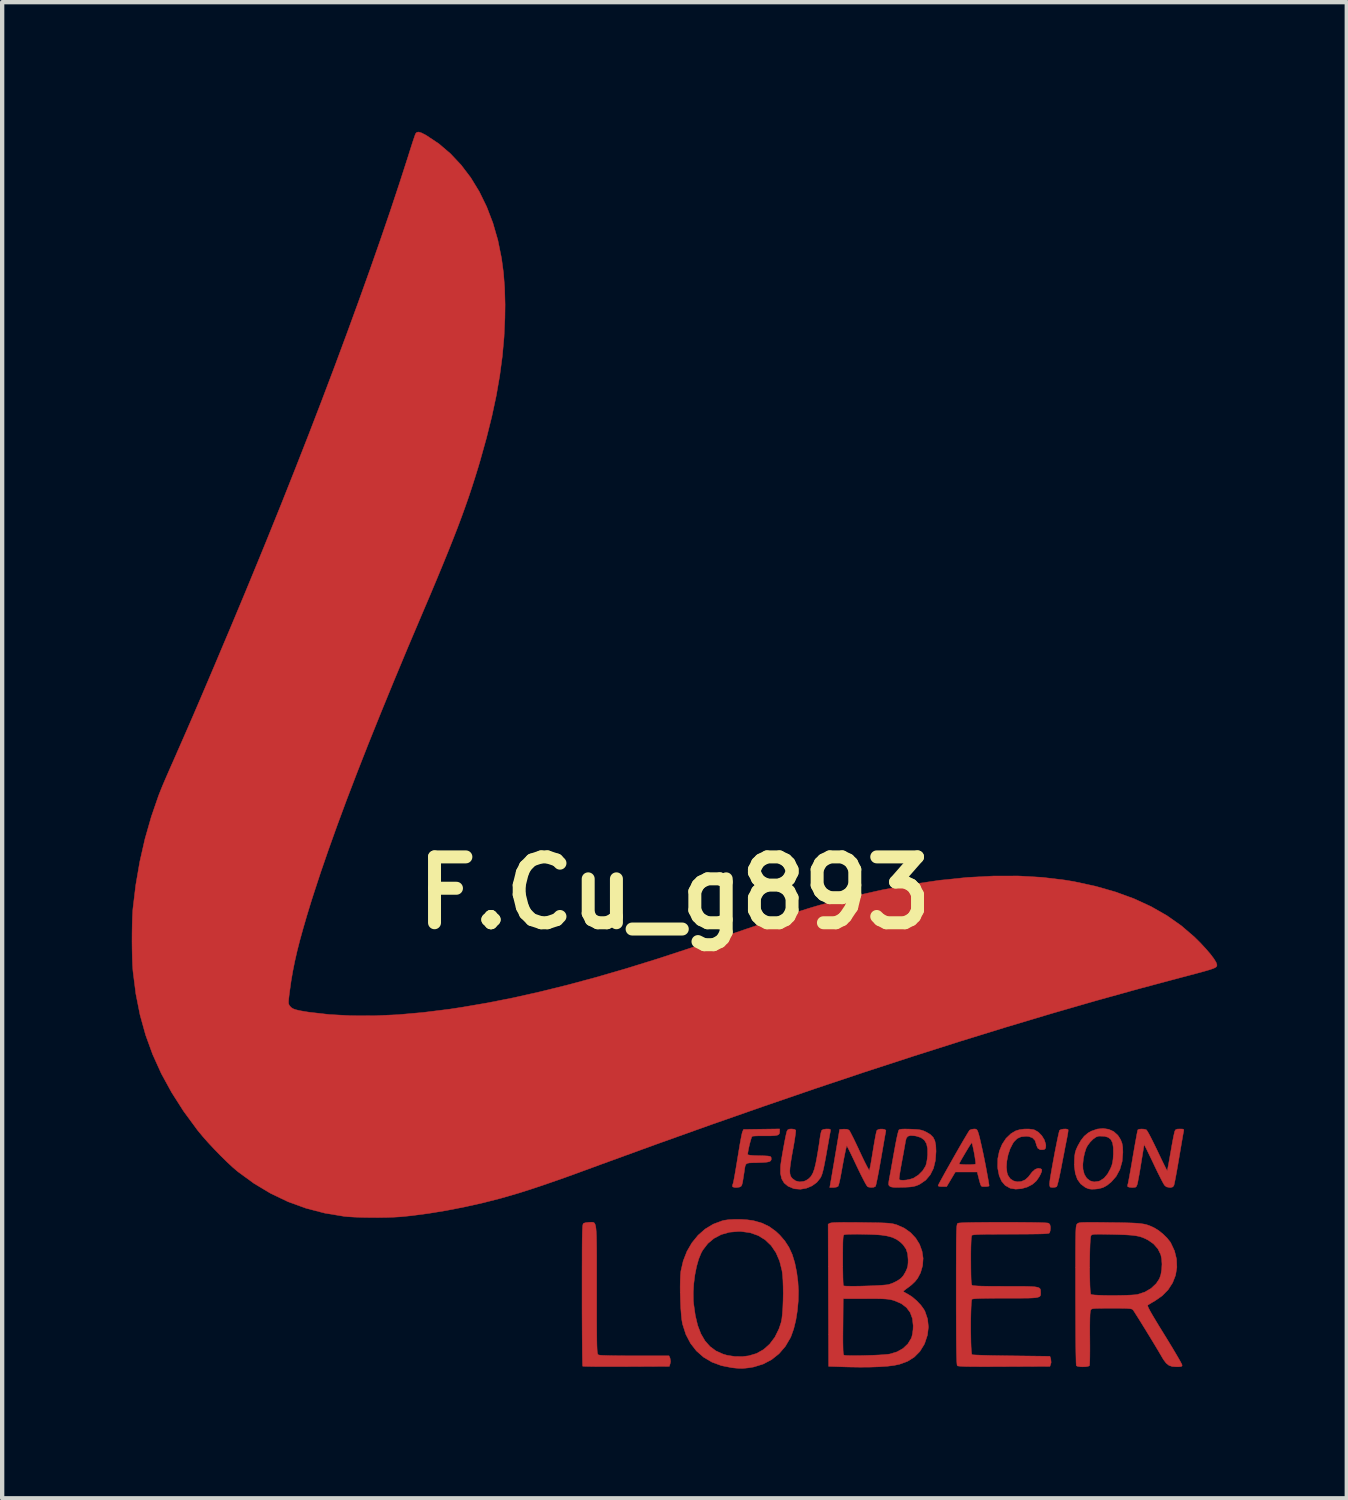
<source format=kicad_pcb>
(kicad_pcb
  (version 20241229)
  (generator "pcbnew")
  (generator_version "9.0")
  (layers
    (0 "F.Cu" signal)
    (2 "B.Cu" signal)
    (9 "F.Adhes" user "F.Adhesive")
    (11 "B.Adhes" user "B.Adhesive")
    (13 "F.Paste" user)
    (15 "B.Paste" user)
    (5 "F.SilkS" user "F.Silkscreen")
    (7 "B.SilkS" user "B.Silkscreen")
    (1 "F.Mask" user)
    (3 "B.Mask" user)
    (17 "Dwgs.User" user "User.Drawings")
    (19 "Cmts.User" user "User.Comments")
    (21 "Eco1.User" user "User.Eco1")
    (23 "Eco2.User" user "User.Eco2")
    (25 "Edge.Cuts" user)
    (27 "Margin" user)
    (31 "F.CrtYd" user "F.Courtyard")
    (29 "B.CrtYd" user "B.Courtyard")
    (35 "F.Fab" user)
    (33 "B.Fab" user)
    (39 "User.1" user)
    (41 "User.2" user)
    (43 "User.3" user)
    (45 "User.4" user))
  (footprint "F.Cu_g893"
    (layer "F.Cu")
    (at 12.556 17.612)
    (property "Reference" "F.Cu_g893" (at 0 0 0) (layer "F.SilkS") (effects (font (size 1.524 1.524) (thickness 0.3))))
    (attr through_hole)
    (fp_poly (pts (xy 9.099 5.47) (xy 9.109 5.477) (xy 9.11 5.504) (xy 9.102 5.562) (xy 9.088 5.641) (xy 9.078 5.694) (xy 9.061 5.778) (xy 9.038 5.894) (xy 9.012 6.031) (xy 8.983 6.178) (xy 8.955 6.326) (xy 8.953 6.338) (xy 8.926 6.473) (xy 8.901 6.592) (xy 8.878 6.689) (xy 8.859 6.759) (xy 8.845 6.795) (xy 8.843 6.798) (xy 8.801 6.811) (xy 8.747 6.815) (xy 8.702 6.808) (xy 8.692 6.802) (xy 8.682 6.772) (xy 8.679 6.733) (xy 8.683 6.689) (xy 8.693 6.613) (xy 8.71 6.511) (xy 8.731 6.389) (xy 8.755 6.255) (xy 8.781 6.114) (xy 8.807 5.974) (xy 8.834 5.84) (xy 8.858 5.719) (xy 8.88 5.617) (xy 8.897 5.542) (xy 8.909 5.498) (xy 8.912 5.491) (xy 8.946 5.473) (xy 9 5.463) (xy 9.057 5.461) (xy 9.099 5.47)) (stroke (width 0.01) (type solid)) (fill yes) (layer "F.Cu"))
    (fp_poly (pts (xy 8.299 5.474) (xy 8.333 5.484) (xy 8.422 5.536) (xy 8.501 5.618) (xy 8.56 5.715) (xy 8.591 5.816) (xy 8.594 5.851) (xy 8.588 5.904) (xy 8.566 5.93) (xy 8.539 5.94) (xy 8.464 5.942) (xy 8.409 5.908) (xy 8.377 5.839) (xy 8.374 5.821) (xy 8.344 5.728) (xy 8.286 5.667) (xy 8.2 5.635) (xy 8.134 5.63) (xy 8.02 5.642) (xy 7.931 5.682) (xy 7.857 5.756) (xy 7.83 5.796) (xy 7.767 5.919) (xy 7.72 6.059) (xy 7.691 6.205) (xy 7.682 6.345) (xy 7.695 6.468) (xy 7.714 6.53) (xy 7.768 6.611) (xy 7.844 6.662) (xy 7.933 6.684) (xy 8.026 6.676) (xy 8.116 6.637) (xy 8.192 6.568) (xy 8.205 6.55) (xy 8.28 6.453) (xy 8.347 6.395) (xy 8.411 6.372) (xy 8.423 6.371) (xy 8.474 6.38) (xy 8.501 6.401) (xy 8.498 6.441) (xy 8.474 6.502) (xy 8.435 6.575) (xy 8.385 6.647) (xy 8.37 6.666) (xy 8.278 6.746) (xy 8.16 6.806) (xy 8.029 6.843) (xy 7.896 6.853) (xy 7.776 6.834) (xy 7.761 6.828) (xy 7.653 6.767) (xy 7.571 6.671) (xy 7.514 6.542) (xy 7.482 6.379) (xy 7.478 6.33) (xy 7.482 6.146) (xy 7.518 5.972) (xy 7.583 5.814) (xy 7.673 5.678) (xy 7.787 5.569) (xy 7.895 5.505) (xy 7.983 5.478) (xy 8.091 5.463) (xy 8.203 5.462) (xy 8.299 5.474)) (stroke (width 0.01) (type solid)) (fill yes) (layer "F.Cu"))
    (fp_poly (pts (xy 10.049 5.469) (xy 10.164 5.521) (xy 10.257 5.605) (xy 10.275 5.629) (xy 10.325 5.711) (xy 10.356 5.79) (xy 10.372 5.881) (xy 10.376 5.999) (xy 10.376 6.003) (xy 10.359 6.213) (xy 10.307 6.397) (xy 10.221 6.557) (xy 10.109 6.685) (xy 10.009 6.766) (xy 9.916 6.817) (xy 9.813 6.844) (xy 9.737 6.852) (xy 9.652 6.855) (xy 9.589 6.847) (xy 9.53 6.824) (xy 9.504 6.811) (xy 9.4 6.733) (xy 9.323 6.625) (xy 9.275 6.487) (xy 9.253 6.317) (xy 9.253 6.283) (xy 9.449 6.283) (xy 9.453 6.392) (xy 9.484 6.511) (xy 9.541 6.602) (xy 9.618 6.661) (xy 9.71 6.686) (xy 9.814 6.672) (xy 9.848 6.66) (xy 9.941 6.599) (xy 10.023 6.502) (xy 10.088 6.382) (xy 10.118 6.31) (xy 10.137 6.239) (xy 10.149 6.155) (xy 10.156 6.042) (xy 10.155 5.895) (xy 10.138 5.784) (xy 10.099 5.705) (xy 10.037 5.655) (xy 9.949 5.63) (xy 9.831 5.626) (xy 9.816 5.627) (xy 9.756 5.647) (xy 9.687 5.696) (xy 9.619 5.765) (xy 9.56 5.843) (xy 9.528 5.902) (xy 9.49 6.018) (xy 9.462 6.151) (xy 9.449 6.283) (xy 9.253 6.283) (xy 9.254 6.191) (xy 9.26 6.088) (xy 9.272 6.01) (xy 9.293 5.942) (xy 9.326 5.868) (xy 9.329 5.861) (xy 9.404 5.728) (xy 9.482 5.628) (xy 9.571 5.553) (xy 9.645 5.511) (xy 9.783 5.463) (xy 9.92 5.449) (xy 10.049 5.469)) (stroke (width 0.01) (type solid)) (fill yes) (layer "F.Cu"))
    (fp_poly (pts (xy 2.434 5.525) (xy 2.43 5.561) (xy 2.414 5.587) (xy 2.38 5.605) (xy 2.322 5.615) (xy 2.235 5.62) (xy 2.113 5.62) (xy 2.079 5.62) (xy 1.977 5.62) (xy 1.89 5.622) (xy 1.827 5.626) (xy 1.797 5.632) (xy 1.797 5.632) (xy 1.784 5.656) (xy 1.767 5.711) (xy 1.746 5.785) (xy 1.726 5.868) (xy 1.709 5.948) (xy 1.698 6.014) (xy 1.694 6.048) (xy 1.707 6.06) (xy 1.75 6.068) (xy 1.827 6.075) (xy 1.942 6.079) (xy 1.963 6.079) (xy 2.075 6.082) (xy 2.15 6.086) (xy 2.198 6.092) (xy 2.224 6.101) (xy 2.235 6.114) (xy 2.238 6.128) (xy 2.24 6.168) (xy 2.228 6.197) (xy 2.198 6.216) (xy 2.143 6.228) (xy 2.058 6.236) (xy 1.937 6.24) (xy 1.927 6.241) (xy 1.814 6.243) (xy 1.736 6.246) (xy 1.685 6.256) (xy 1.654 6.278) (xy 1.636 6.319) (xy 1.624 6.384) (xy 1.611 6.478) (xy 1.609 6.488) (xy 1.596 6.572) (xy 1.584 6.648) (xy 1.576 6.697) (xy 1.561 6.752) (xy 1.542 6.787) (xy 1.508 6.805) (xy 1.453 6.814) (xy 1.395 6.814) (xy 1.353 6.803) (xy 1.344 6.795) (xy 1.343 6.761) (xy 1.352 6.736) (xy 1.361 6.706) (xy 1.375 6.639) (xy 1.393 6.543) (xy 1.414 6.422) (xy 1.437 6.284) (xy 1.461 6.138) (xy 1.486 5.986) (xy 1.509 5.846) (xy 1.531 5.724) (xy 1.55 5.625) (xy 1.565 5.556) (xy 1.574 5.524) (xy 1.599 5.472) (xy 2.016 5.466) (xy 2.434 5.46) (xy 2.434 5.525)) (stroke (width 0.01) (type solid)) (fill yes) (layer "F.Cu"))
    (fp_poly (pts (xy 3.583 5.463) (xy 3.608 5.473) (xy 3.611 5.498) (xy 3.607 5.519) (xy 3.6 5.557) (xy 3.587 5.629) (xy 3.569 5.729) (xy 3.548 5.85) (xy 3.524 5.984) (xy 3.515 6.038) (xy 3.485 6.2) (xy 3.46 6.327) (xy 3.438 6.424) (xy 3.418 6.497) (xy 3.398 6.551) (xy 3.377 6.594) (xy 3.376 6.595) (xy 3.293 6.698) (xy 3.182 6.778) (xy 3.053 6.832) (xy 2.917 6.856) (xy 2.783 6.846) (xy 2.752 6.838) (xy 2.629 6.786) (xy 2.539 6.712) (xy 2.481 6.614) (xy 2.453 6.489) (xy 2.454 6.335) (xy 2.458 6.295) (xy 2.47 6.21) (xy 2.487 6.104) (xy 2.507 5.986) (xy 2.529 5.864) (xy 2.551 5.747) (xy 2.571 5.644) (xy 2.589 5.564) (xy 2.602 5.515) (xy 2.604 5.509) (xy 2.626 5.477) (xy 2.667 5.463) (xy 2.71 5.461) (xy 2.774 5.468) (xy 2.806 5.488) (xy 2.807 5.49) (xy 2.806 5.519) (xy 2.799 5.583) (xy 2.786 5.675) (xy 2.768 5.787) (xy 2.746 5.914) (xy 2.742 5.932) (xy 2.711 6.105) (xy 2.689 6.242) (xy 2.675 6.348) (xy 2.669 6.429) (xy 2.672 6.49) (xy 2.682 6.536) (xy 2.701 6.574) (xy 2.726 6.606) (xy 2.803 6.662) (xy 2.896 6.685) (xy 2.995 6.673) (xy 3.048 6.651) (xy 3.112 6.608) (xy 3.162 6.555) (xy 3.203 6.483) (xy 3.238 6.388) (xy 3.269 6.261) (xy 3.291 6.149) (xy 3.313 6.024) (xy 3.334 5.897) (xy 3.352 5.782) (xy 3.364 5.693) (xy 3.365 5.686) (xy 3.378 5.603) (xy 3.393 5.535) (xy 3.408 5.494) (xy 3.41 5.49) (xy 3.446 5.471) (xy 3.506 5.462) (xy 3.526 5.461) (xy 3.583 5.463)) (stroke (width 0.01) (type solid)) (fill yes) (layer "F.Cu"))
    (fp_poly (pts (xy 6.962 5.462) (xy 6.984 5.469) (xy 7.003 5.486) (xy 7.02 5.52) (xy 7.038 5.575) (xy 7.06 5.656) (xy 7.086 5.769) (xy 7.112 5.884) (xy 7.133 5.979) (xy 7.157 6.093) (xy 7.182 6.218) (xy 7.207 6.347) (xy 7.23 6.472) (xy 7.251 6.585) (xy 7.267 6.679) (xy 7.278 6.746) (xy 7.281 6.778) (xy 7.262 6.788) (xy 7.215 6.794) (xy 7.187 6.795) (xy 7.148 6.795) (xy 7.121 6.793) (xy 7.101 6.782) (xy 7.085 6.754) (xy 7.069 6.704) (xy 7.048 6.626) (xy 7.025 6.535) (xy 7.005 6.456) (xy 6.5 6.456) (xy 6.399 6.625) (xy 6.298 6.795) (xy 6.195 6.795) (xy 6.13 6.791) (xy 6.102 6.779) (xy 6.102 6.768) (xy 6.119 6.732) (xy 6.154 6.666) (xy 6.203 6.577) (xy 6.263 6.468) (xy 6.332 6.345) (xy 6.375 6.269) (xy 6.586 6.269) (xy 6.602 6.276) (xy 6.649 6.282) (xy 6.716 6.285) (xy 6.792 6.286) (xy 6.866 6.285) (xy 6.927 6.281) (xy 6.964 6.274) (xy 6.97 6.271) (xy 6.97 6.244) (xy 6.963 6.187) (xy 6.952 6.111) (xy 6.937 6.024) (xy 6.92 5.938) (xy 6.904 5.862) (xy 6.89 5.806) (xy 6.881 5.779) (xy 6.879 5.779) (xy 6.865 5.796) (xy 6.835 5.841) (xy 6.794 5.907) (xy 6.747 5.985) (xy 6.698 6.068) (xy 6.652 6.146) (xy 6.615 6.212) (xy 6.591 6.258) (xy 6.586 6.269) (xy 6.375 6.269) (xy 6.406 6.214) (xy 6.482 6.079) (xy 6.558 5.946) (xy 6.63 5.821) (xy 6.696 5.708) (xy 6.752 5.614) (xy 6.795 5.542) (xy 6.823 5.498) (xy 6.831 5.487) (xy 6.877 5.469) (xy 6.934 5.461) (xy 6.962 5.462)) (stroke (width 0.01) (type solid)) (fill yes) (layer "F.Cu"))
    (fp_poly (pts (xy -1.882 7.621) (xy -1.863 7.628) (xy -1.847 7.645) (xy -1.834 7.673) (xy -1.823 7.715) (xy -1.815 7.775) (xy -1.809 7.854) (xy -1.804 7.956) (xy -1.802 8.083) (xy -1.8 8.239) (xy -1.799 8.426) (xy -1.799 8.647) (xy -1.799 8.906) (xy -1.799 9.182) (xy -1.799 9.468) (xy -1.799 9.716) (xy -1.799 9.926) (xy -1.798 10.104) (xy -1.797 10.25) (xy -1.796 10.37) (xy -1.794 10.464) (xy -1.791 10.538) (xy -1.788 10.592) (xy -1.784 10.631) (xy -1.779 10.657) (xy -1.774 10.673) (xy -1.767 10.682) (xy -1.759 10.688) (xy -1.758 10.688) (xy -1.725 10.695) (xy -1.651 10.7) (xy -1.538 10.704) (xy -1.388 10.707) (xy -1.203 10.709) (xy -0.984 10.71) (xy -0.922 10.71) (xy -0.126 10.71) (xy -0.102 10.763) (xy -0.09 10.839) (xy -0.098 10.885) (xy -0.118 10.954) (xy -1.114 10.959) (xy -1.315 10.96) (xy -1.503 10.96) (xy -1.674 10.96) (xy -1.824 10.959) (xy -1.948 10.957) (xy -2.042 10.955) (xy -2.102 10.953) (xy -2.124 10.95) (xy -2.126 10.927) (xy -2.128 10.865) (xy -2.13 10.768) (xy -2.132 10.637) (xy -2.133 10.478) (xy -2.135 10.292) (xy -2.136 10.083) (xy -2.137 9.856) (xy -2.138 9.611) (xy -2.138 9.354) (xy -2.138 9.3) (xy -2.138 8.998) (xy -2.138 8.736) (xy -2.137 8.51) (xy -2.137 8.319) (xy -2.136 8.158) (xy -2.135 8.026) (xy -2.133 7.919) (xy -2.131 7.834) (xy -2.128 7.77) (xy -2.125 7.722) (xy -2.121 7.689) (xy -2.116 7.667) (xy -2.11 7.654) (xy -2.103 7.646) (xy -2.097 7.642) (xy -2.05 7.628) (xy -1.984 7.621) (xy -1.963 7.62) (xy -1.932 7.619) (xy -1.905 7.618) (xy -1.882 7.621)) (stroke (width 0.01) (type solid)) (fill yes) (layer "F.Cu"))
    (fp_poly (pts (xy 5.425 5.464) (xy 5.462 5.465) (xy 5.573 5.47) (xy 5.654 5.477) (xy 5.715 5.488) (xy 5.769 5.506) (xy 5.827 5.533) (xy 5.833 5.536) (xy 5.923 5.591) (xy 5.986 5.654) (xy 6.026 5.735) (xy 6.047 5.84) (xy 6.053 5.978) (xy 6.038 6.189) (xy 5.994 6.37) (xy 5.919 6.521) (xy 5.815 6.644) (xy 5.68 6.737) (xy 5.641 6.756) (xy 5.584 6.778) (xy 5.523 6.793) (xy 5.447 6.803) (xy 5.345 6.809) (xy 5.281 6.811) (xy 5.164 6.813) (xy 5.083 6.812) (xy 5.028 6.805) (xy 4.994 6.794) (xy 4.986 6.788) (xy 4.967 6.772) (xy 4.957 6.753) (xy 4.956 6.72) (xy 4.962 6.666) (xy 4.969 6.629) (xy 5.199 6.629) (xy 5.23 6.644) (xy 5.29 6.648) (xy 5.366 6.642) (xy 5.447 6.626) (xy 5.521 6.603) (xy 5.535 6.597) (xy 5.647 6.525) (xy 5.744 6.427) (xy 5.813 6.316) (xy 5.815 6.309) (xy 5.832 6.251) (xy 5.847 6.167) (xy 5.857 6.075) (xy 5.858 6.063) (xy 5.857 5.916) (xy 5.833 5.802) (xy 5.782 5.718) (xy 5.703 5.66) (xy 5.593 5.625) (xy 5.552 5.619) (xy 5.461 5.613) (xy 5.401 5.63) (xy 5.365 5.674) (xy 5.346 5.749) (xy 5.345 5.751) (xy 5.337 5.805) (xy 5.321 5.892) (xy 5.302 6.002) (xy 5.279 6.126) (xy 5.259 6.232) (xy 5.237 6.354) (xy 5.219 6.461) (xy 5.206 6.547) (xy 5.199 6.606) (xy 5.199 6.629) (xy 4.969 6.629) (xy 4.977 6.582) (xy 4.981 6.559) (xy 4.997 6.474) (xy 5.018 6.358) (xy 5.042 6.222) (xy 5.068 6.076) (xy 5.093 5.937) (xy 5.117 5.807) (xy 5.14 5.69) (xy 5.161 5.594) (xy 5.179 5.524) (xy 5.191 5.488) (xy 5.192 5.485) (xy 5.213 5.472) (xy 5.255 5.465) (xy 5.323 5.462) (xy 5.425 5.464)) (stroke (width 0.01) (type solid)) (fill yes) (layer "F.Cu"))
    (fp_poly (pts (xy 4.863 5.472) (xy 4.891 5.49) (xy 4.892 5.503) (xy 4.887 5.532) (xy 4.875 5.596) (xy 4.858 5.691) (xy 4.837 5.812) (xy 4.813 5.952) (xy 4.786 6.106) (xy 4.779 6.149) (xy 4.751 6.306) (xy 4.725 6.45) (xy 4.701 6.575) (xy 4.68 6.676) (xy 4.664 6.749) (xy 4.653 6.786) (xy 4.652 6.789) (xy 4.613 6.809) (xy 4.554 6.815) (xy 4.493 6.806) (xy 4.469 6.796) (xy 4.45 6.772) (xy 4.416 6.715) (xy 4.371 6.63) (xy 4.317 6.524) (xy 4.257 6.401) (xy 4.213 6.309) (xy 4.152 6.18) (xy 4.097 6.065) (xy 4.051 5.97) (xy 4.015 5.899) (xy 3.993 5.857) (xy 3.987 5.848) (xy 3.979 5.873) (xy 3.964 5.934) (xy 3.945 6.024) (xy 3.922 6.139) (xy 3.897 6.271) (xy 3.871 6.415) (xy 3.862 6.464) (xy 3.842 6.572) (xy 3.822 6.667) (xy 3.804 6.739) (xy 3.79 6.781) (xy 3.787 6.787) (xy 3.751 6.805) (xy 3.694 6.815) (xy 3.678 6.816) (xy 3.593 6.816) (xy 3.607 6.736) (xy 3.614 6.695) (xy 3.628 6.618) (xy 3.646 6.512) (xy 3.668 6.383) (xy 3.693 6.237) (xy 3.719 6.08) (xy 3.722 6.064) (xy 3.822 5.472) (xy 3.918 5.465) (xy 3.989 5.467) (xy 4.034 5.485) (xy 4.047 5.497) (xy 4.065 5.527) (xy 4.097 5.589) (xy 4.142 5.677) (xy 4.195 5.787) (xy 4.254 5.911) (xy 4.288 5.985) (xy 4.347 6.111) (xy 4.401 6.222) (xy 4.447 6.313) (xy 4.482 6.378) (xy 4.504 6.414) (xy 4.51 6.419) (xy 4.517 6.394) (xy 4.53 6.334) (xy 4.547 6.245) (xy 4.566 6.133) (xy 4.587 6.005) (xy 4.593 5.969) (xy 4.615 5.836) (xy 4.636 5.716) (xy 4.654 5.616) (xy 4.67 5.542) (xy 4.68 5.501) (xy 4.682 5.497) (xy 4.711 5.475) (xy 4.76 5.464) (xy 4.815 5.463) (xy 4.863 5.472)) (stroke (width 0.01) (type solid)) (fill yes) (layer "F.Cu"))
    (fp_poly (pts (xy 11.756 5.463) (xy 11.782 5.472) (xy 11.786 5.493) (xy 11.783 5.509) (xy 11.777 5.541) (xy 11.764 5.61) (xy 11.747 5.709) (xy 11.726 5.832) (xy 11.702 5.973) (xy 11.676 6.126) (xy 11.674 6.138) (xy 11.648 6.292) (xy 11.623 6.435) (xy 11.6 6.559) (xy 11.581 6.66) (xy 11.566 6.731) (xy 11.557 6.767) (xy 11.557 6.768) (xy 11.531 6.802) (xy 11.484 6.815) (xy 11.461 6.816) (xy 11.385 6.801) (xy 11.343 6.768) (xy 11.321 6.734) (xy 11.285 6.669) (xy 11.239 6.579) (xy 11.185 6.472) (xy 11.128 6.354) (xy 11.126 6.35) (xy 11.069 6.229) (xy 11.015 6.116) (xy 10.967 6.018) (xy 10.931 5.943) (xy 10.909 5.9) (xy 10.868 5.82) (xy 10.798 6.249) (xy 10.776 6.384) (xy 10.755 6.508) (xy 10.735 6.614) (xy 10.72 6.695) (xy 10.709 6.743) (xy 10.707 6.747) (xy 10.69 6.79) (xy 10.665 6.81) (xy 10.616 6.815) (xy 10.594 6.816) (xy 10.534 6.811) (xy 10.495 6.8) (xy 10.488 6.795) (xy 10.485 6.759) (xy 10.488 6.752) (xy 10.495 6.727) (xy 10.508 6.665) (xy 10.525 6.572) (xy 10.547 6.453) (xy 10.571 6.315) (xy 10.598 6.161) (xy 10.605 6.116) (xy 10.632 5.959) (xy 10.657 5.816) (xy 10.68 5.691) (xy 10.698 5.591) (xy 10.712 5.52) (xy 10.721 5.484) (xy 10.722 5.481) (xy 10.751 5.467) (xy 10.804 5.462) (xy 10.864 5.465) (xy 10.913 5.478) (xy 10.919 5.48) (xy 10.937 5.504) (xy 10.971 5.561) (xy 11.016 5.645) (xy 11.07 5.752) (xy 11.13 5.874) (xy 11.175 5.967) (xy 11.236 6.096) (xy 11.291 6.211) (xy 11.338 6.306) (xy 11.373 6.377) (xy 11.396 6.419) (xy 11.402 6.427) (xy 11.408 6.405) (xy 11.419 6.347) (xy 11.436 6.261) (xy 11.455 6.151) (xy 11.477 6.025) (xy 11.484 5.988) (xy 11.507 5.855) (xy 11.529 5.734) (xy 11.549 5.632) (xy 11.566 5.556) (xy 11.577 5.513) (xy 11.578 5.509) (xy 11.598 5.478) (xy 11.634 5.464) (xy 11.696 5.461) (xy 11.756 5.463)) (stroke (width 0.01) (type solid)) (fill yes) (layer "F.Cu"))
    (fp_poly (pts (xy 1.531 7.553) (xy 1.676 7.562) (xy 1.805 7.579) (xy 1.836 7.585) (xy 2.026 7.639) (xy 2.192 7.719) (xy 2.345 7.83) (xy 2.435 7.914) (xy 2.552 8.049) (xy 2.648 8.197) (xy 2.725 8.364) (xy 2.784 8.556) (xy 2.829 8.778) (xy 2.857 8.994) (xy 2.87 9.209) (xy 2.865 9.436) (xy 2.844 9.664) (xy 2.809 9.884) (xy 2.76 10.085) (xy 2.699 10.257) (xy 2.682 10.294) (xy 2.565 10.493) (xy 2.419 10.662) (xy 2.247 10.799) (xy 2.052 10.901) (xy 1.835 10.968) (xy 1.729 10.986) (xy 1.639 10.996) (xy 1.569 11.002) (xy 1.503 11.001) (xy 1.425 10.995) (xy 1.329 10.985) (xy 1.086 10.937) (xy 0.867 10.856) (xy 0.674 10.742) (xy 0.508 10.596) (xy 0.371 10.42) (xy 0.264 10.215) (xy 0.189 9.981) (xy 0.184 9.959) (xy 0.169 9.871) (xy 0.157 9.75) (xy 0.146 9.604) (xy 0.139 9.445) (xy 0.134 9.28) (xy 0.133 9.246) (xy 0.435 9.246) (xy 0.438 9.438) (xy 0.444 9.504) (xy 0.482 9.773) (xy 0.537 10.005) (xy 0.612 10.201) (xy 0.707 10.364) (xy 0.823 10.495) (xy 0.961 10.597) (xy 1.124 10.67) (xy 1.223 10.699) (xy 1.394 10.725) (xy 1.576 10.727) (xy 1.717 10.71) (xy 1.899 10.656) (xy 2.063 10.564) (xy 2.204 10.438) (xy 2.324 10.278) (xy 2.418 10.087) (xy 2.468 9.938) (xy 2.485 9.853) (xy 2.498 9.734) (xy 2.508 9.592) (xy 2.514 9.434) (xy 2.517 9.269) (xy 2.515 9.107) (xy 2.51 8.956) (xy 2.5 8.825) (xy 2.489 8.742) (xy 2.433 8.517) (xy 2.349 8.323) (xy 2.237 8.158) (xy 2.099 8.026) (xy 1.937 7.927) (xy 1.752 7.862) (xy 1.545 7.833) (xy 1.482 7.832) (xy 1.273 7.85) (xy 1.083 7.904) (xy 0.915 7.992) (xy 0.772 8.112) (xy 0.656 8.263) (xy 0.62 8.327) (xy 0.561 8.47) (xy 0.512 8.643) (xy 0.473 8.838) (xy 0.447 9.042) (xy 0.435 9.246) (xy 0.133 9.246) (xy 0.132 9.119) (xy 0.134 8.971) (xy 0.139 8.846) (xy 0.148 8.752) (xy 0.148 8.751) (xy 0.203 8.513) (xy 0.289 8.293) (xy 0.405 8.094) (xy 0.546 7.921) (xy 0.711 7.776) (xy 0.896 7.664) (xy 1.098 7.588) (xy 1.143 7.576) (xy 1.25 7.56) (xy 1.384 7.553) (xy 1.531 7.553)) (stroke (width 0.01) (type solid)) (fill yes) (layer "F.Cu"))
    (fp_poly (pts (xy 7.874 7.62) (xy 8.102 7.622) (xy 8.292 7.624) (xy 8.444 7.627) (xy 8.556 7.631) (xy 8.628 7.636) (xy 8.659 7.642) (xy 8.687 7.671) (xy 8.699 7.723) (xy 8.7 7.754) (xy 8.694 7.816) (xy 8.68 7.862) (xy 8.674 7.87) (xy 8.656 7.877) (xy 8.614 7.882) (xy 8.545 7.887) (xy 8.447 7.89) (xy 8.317 7.892) (xy 8.152 7.894) (xy 7.949 7.895) (xy 7.779 7.895) (xy 7.547 7.896) (xy 7.356 7.897) (xy 7.201 7.898) (xy 7.08 7.901) (xy 6.99 7.905) (xy 6.93 7.91) (xy 6.894 7.916) (xy 6.883 7.921) (xy 6.875 7.943) (xy 6.868 7.992) (xy 6.864 8.072) (xy 6.86 8.185) (xy 6.858 8.335) (xy 6.858 8.498) (xy 6.859 8.683) (xy 6.861 8.828) (xy 6.864 8.937) (xy 6.869 9.013) (xy 6.876 9.058) (xy 6.883 9.076) (xy 6.903 9.084) (xy 6.947 9.089) (xy 7.019 9.094) (xy 7.122 9.098) (xy 7.258 9.1) (xy 7.43 9.101) (xy 7.642 9.102) (xy 7.652 9.102) (xy 7.859 9.102) (xy 8.028 9.102) (xy 8.163 9.104) (xy 8.267 9.108) (xy 8.344 9.114) (xy 8.399 9.124) (xy 8.435 9.137) (xy 8.457 9.154) (xy 8.468 9.176) (xy 8.472 9.205) (xy 8.473 9.233) (xy 8.474 9.27) (xy 8.472 9.3) (xy 8.464 9.323) (xy 8.445 9.341) (xy 8.411 9.355) (xy 8.359 9.365) (xy 8.285 9.371) (xy 8.184 9.375) (xy 8.053 9.376) (xy 7.888 9.377) (xy 7.685 9.377) (xy 7.664 9.377) (xy 7.449 9.377) (xy 7.273 9.379) (xy 7.134 9.381) (xy 7.028 9.384) (xy 6.953 9.389) (xy 6.906 9.394) (xy 6.884 9.401) (xy 6.883 9.402) (xy 6.875 9.431) (xy 6.869 9.494) (xy 6.864 9.587) (xy 6.86 9.702) (xy 6.857 9.834) (xy 6.856 9.974) (xy 6.856 10.118) (xy 6.858 10.258) (xy 6.86 10.389) (xy 6.864 10.503) (xy 6.87 10.594) (xy 6.876 10.656) (xy 6.884 10.683) (xy 6.884 10.683) (xy 6.911 10.687) (xy 6.975 10.691) (xy 7.072 10.695) (xy 7.198 10.699) (xy 7.348 10.703) (xy 7.518 10.706) (xy 7.702 10.709) (xy 7.799 10.71) (xy 8.688 10.721) (xy 8.708 10.779) (xy 8.716 10.863) (xy 8.708 10.896) (xy 8.688 10.954) (xy 7.629 10.959) (xy 7.375 10.96) (xy 7.161 10.961) (xy 6.984 10.96) (xy 6.841 10.959) (xy 6.729 10.957) (xy 6.646 10.953) (xy 6.59 10.949) (xy 6.556 10.944) (xy 6.545 10.939) (xy 6.54 10.924) (xy 6.536 10.889) (xy 6.532 10.831) (xy 6.529 10.748) (xy 6.526 10.638) (xy 6.524 10.499) (xy 6.522 10.329) (xy 6.521 10.125) (xy 6.52 9.885) (xy 6.519 9.607) (xy 6.519 9.289) (xy 6.519 9.289) (xy 6.519 8.988) (xy 6.519 8.727) (xy 6.52 8.502) (xy 6.52 8.312) (xy 6.521 8.152) (xy 6.522 8.021) (xy 6.524 7.915) (xy 6.526 7.831) (xy 6.529 7.767) (xy 6.532 7.721) (xy 6.537 7.688) (xy 6.542 7.666) (xy 6.547 7.653) (xy 6.554 7.646) (xy 6.56 7.642) (xy 6.593 7.636) (xy 6.667 7.631) (xy 6.781 7.627) (xy 6.934 7.624) (xy 7.126 7.622) (xy 7.356 7.62) (xy 7.609 7.62) (xy 7.874 7.62)) (stroke (width 0.01) (type solid)) (fill yes) (layer "F.Cu"))
    (fp_poly (pts (xy 4.079 7.623) (xy 4.285 7.624) (xy 4.326 7.625) (xy 4.516 7.628) (xy 4.669 7.63) (xy 4.79 7.633) (xy 4.885 7.637) (xy 4.959 7.642) (xy 5.017 7.649) (xy 5.064 7.657) (xy 5.106 7.668) (xy 5.147 7.68) (xy 5.318 7.756) (xy 5.464 7.86) (xy 5.583 7.987) (xy 5.672 8.131) (xy 5.729 8.289) (xy 5.754 8.454) (xy 5.742 8.623) (xy 5.694 8.789) (xy 5.626 8.917) (xy 5.569 8.989) (xy 5.49 9.065) (xy 5.426 9.115) (xy 5.363 9.161) (xy 5.316 9.198) (xy 5.293 9.218) (xy 5.292 9.22) (xy 5.309 9.233) (xy 5.354 9.258) (xy 5.402 9.284) (xy 5.501 9.347) (xy 5.604 9.435) (xy 5.698 9.534) (xy 5.771 9.634) (xy 5.797 9.682) (xy 5.857 9.858) (xy 5.876 10.043) (xy 5.854 10.23) (xy 5.792 10.417) (xy 5.777 10.45) (xy 5.678 10.61) (xy 5.551 10.738) (xy 5.395 10.837) (xy 5.209 10.905) (xy 5.086 10.931) (xy 4.937 10.95) (xy 4.752 10.963) (xy 4.536 10.971) (xy 4.296 10.973) (xy 4.037 10.969) (xy 3.937 10.966) (xy 3.567 10.954) (xy 3.565 10.376) (xy 3.898 10.376) (xy 3.9 10.495) (xy 3.902 10.582) (xy 3.906 10.642) (xy 3.912 10.678) (xy 3.92 10.694) (xy 3.921 10.694) (xy 3.951 10.7) (xy 4.016 10.704) (xy 4.109 10.706) (xy 4.223 10.706) (xy 4.35 10.704) (xy 4.483 10.7) (xy 4.616 10.696) (xy 4.739 10.69) (xy 4.848 10.683) (xy 4.933 10.675) (xy 4.984 10.668) (xy 5.15 10.618) (xy 5.29 10.539) (xy 5.4 10.435) (xy 5.477 10.309) (xy 5.492 10.27) (xy 5.509 10.196) (xy 5.521 10.1) (xy 5.524 10.013) (xy 5.507 9.849) (xy 5.455 9.708) (xy 5.369 9.593) (xy 5.248 9.501) (xy 5.093 9.435) (xy 5.091 9.434) (xy 5.041 9.419) (xy 4.993 9.408) (xy 4.94 9.4) (xy 4.875 9.394) (xy 4.792 9.39) (xy 4.685 9.388) (xy 4.547 9.388) (xy 4.424 9.387) (xy 3.905 9.387) (xy 3.9 10.032) (xy 3.898 10.223) (xy 3.898 10.376) (xy 3.565 10.376) (xy 3.558 8.497) (xy 3.895 8.497) (xy 3.895 8.649) (xy 3.897 8.788) (xy 3.899 8.907) (xy 3.902 9) (xy 3.906 9.063) (xy 3.91 9.089) (xy 3.911 9.089) (xy 3.937 9.095) (xy 3.998 9.098) (xy 4.088 9.099) (xy 4.198 9.099) (xy 4.322 9.097) (xy 4.452 9.093) (xy 4.582 9.089) (xy 4.703 9.083) (xy 4.81 9.076) (xy 4.894 9.069) (xy 4.949 9.062) (xy 4.956 9.06) (xy 5.031 9.035) (xy 5.116 8.996) (xy 5.167 8.968) (xy 5.241 8.917) (xy 5.294 8.859) (xy 5.342 8.778) (xy 5.344 8.775) (xy 5.379 8.699) (xy 5.399 8.633) (xy 5.406 8.558) (xy 5.407 8.489) (xy 5.396 8.351) (xy 5.36 8.24) (xy 5.294 8.144) (xy 5.236 8.086) (xy 5.144 8.018) (xy 5.041 7.969) (xy 4.916 7.936) (xy 4.793 7.917) (xy 4.709 7.91) (xy 4.603 7.904) (xy 4.483 7.9) (xy 4.357 7.897) (xy 4.233 7.895) (xy 4.12 7.896) (xy 4.025 7.898) (xy 3.958 7.903) (xy 3.928 7.908) (xy 3.918 7.916) (xy 3.91 7.935) (xy 3.904 7.968) (xy 3.9 8.022) (xy 3.897 8.1) (xy 3.896 8.207) (xy 3.895 8.348) (xy 3.895 8.497) (xy 3.558 8.497) (xy 3.556 7.664) (xy 3.6 7.64) (xy 3.63 7.633) (xy 3.691 7.627) (xy 3.785 7.624) (xy 3.913 7.622) (xy 4.079 7.623)) (stroke (width 0.01) (type solid)) (fill yes) (layer "F.Cu"))
    (fp_poly (pts (xy 9.79 7.622) (xy 9.962 7.624) (xy 10.072 7.626) (xy 10.279 7.628) (xy 10.45 7.632) (xy 10.589 7.636) (xy 10.701 7.642) (xy 10.791 7.651) (xy 10.866 7.662) (xy 10.929 7.677) (xy 10.987 7.697) (xy 11.044 7.721) (xy 11.104 7.75) (xy 11.201 7.809) (xy 11.303 7.891) (xy 11.396 7.982) (xy 11.468 8.071) (xy 11.483 8.094) (xy 11.571 8.282) (xy 11.618 8.473) (xy 11.625 8.662) (xy 11.595 8.846) (xy 11.527 9.02) (xy 11.424 9.18) (xy 11.285 9.322) (xy 11.115 9.44) (xy 11.045 9.48) (xy 10.988 9.515) (xy 10.955 9.535) (xy 10.954 9.536) (xy 10.95 9.547) (xy 10.956 9.572) (xy 10.975 9.614) (xy 11.007 9.675) (xy 11.054 9.758) (xy 11.119 9.867) (xy 11.202 10.005) (xy 11.307 10.175) (xy 11.336 10.222) (xy 11.43 10.375) (xy 11.516 10.517) (xy 11.592 10.645) (xy 11.656 10.754) (xy 11.705 10.84) (xy 11.736 10.899) (xy 11.747 10.926) (xy 11.748 10.926) (xy 11.742 10.947) (xy 11.719 10.959) (xy 11.669 10.964) (xy 11.612 10.964) (xy 11.517 10.957) (xy 11.442 10.931) (xy 11.378 10.88) (xy 11.316 10.798) (xy 11.279 10.736) (xy 11.239 10.667) (xy 11.185 10.576) (xy 11.12 10.467) (xy 11.047 10.347) (xy 10.97 10.221) (xy 10.893 10.095) (xy 10.818 9.974) (xy 10.75 9.864) (xy 10.691 9.771) (xy 10.646 9.7) (xy 10.617 9.656) (xy 10.609 9.647) (xy 10.595 9.634) (xy 10.572 9.625) (xy 10.536 9.619) (xy 10.48 9.614) (xy 10.399 9.611) (xy 10.288 9.61) (xy 10.141 9.61) (xy 10.115 9.61) (xy 9.964 9.61) (xy 9.85 9.611) (xy 9.766 9.613) (xy 9.709 9.616) (xy 9.672 9.622) (xy 9.65 9.63) (xy 9.637 9.642) (xy 9.63 9.654) (xy 9.622 9.688) (xy 9.616 9.757) (xy 9.613 9.863) (xy 9.611 10.008) (xy 9.611 10.193) (xy 9.612 10.305) (xy 9.613 10.462) (xy 9.613 10.606) (xy 9.612 10.731) (xy 9.61 10.831) (xy 9.607 10.901) (xy 9.603 10.936) (xy 9.602 10.938) (xy 9.572 10.953) (xy 9.515 10.962) (xy 9.444 10.965) (xy 9.375 10.961) (xy 9.321 10.951) (xy 9.299 10.938) (xy 9.296 10.913) (xy 9.293 10.849) (xy 9.291 10.749) (xy 9.288 10.617) (xy 9.286 10.456) (xy 9.284 10.27) (xy 9.283 10.06) (xy 9.282 9.832) (xy 9.281 9.588) (xy 9.28 9.332) (xy 9.28 9.304) (xy 9.28 9.005) (xy 9.28 8.745) (xy 9.28 8.673) (xy 9.607 8.673) (xy 9.608 8.819) (xy 9.611 8.956) (xy 9.614 9.077) (xy 9.619 9.177) (xy 9.626 9.249) (xy 9.633 9.285) (xy 9.635 9.288) (xy 9.664 9.296) (xy 9.729 9.303) (xy 9.821 9.308) (xy 9.934 9.312) (xy 10.061 9.314) (xy 10.195 9.314) (xy 10.328 9.312) (xy 10.454 9.309) (xy 10.565 9.304) (xy 10.654 9.298) (xy 10.714 9.29) (xy 10.715 9.29) (xy 10.883 9.235) (xy 11.029 9.15) (xy 11.148 9.038) (xy 11.222 8.926) (xy 11.254 8.834) (xy 11.274 8.717) (xy 11.281 8.589) (xy 11.273 8.465) (xy 11.252 8.366) (xy 11.186 8.234) (xy 11.086 8.12) (xy 10.965 8.035) (xy 10.893 7.998) (xy 10.825 7.969) (xy 10.753 7.947) (xy 10.671 7.931) (xy 10.573 7.919) (xy 10.451 7.911) (xy 10.298 7.905) (xy 10.151 7.901) (xy 9.995 7.898) (xy 9.876 7.896) (xy 9.788 7.896) (xy 9.726 7.898) (xy 9.686 7.902) (xy 9.66 7.91) (xy 9.645 7.92) (xy 9.638 7.928) (xy 9.63 7.96) (xy 9.623 8.028) (xy 9.617 8.124) (xy 9.613 8.243) (xy 9.61 8.378) (xy 9.608 8.524) (xy 9.607 8.673) (xy 9.28 8.673) (xy 9.28 8.522) (xy 9.28 8.333) (xy 9.281 8.174) (xy 9.282 8.044) (xy 9.284 7.938) (xy 9.286 7.855) (xy 9.289 7.791) (xy 9.292 7.744) (xy 9.297 7.71) (xy 9.302 7.687) (xy 9.308 7.672) (xy 9.315 7.661) (xy 9.319 7.657) (xy 9.332 7.646) (xy 9.349 7.637) (xy 9.374 7.631) (xy 9.413 7.626) (xy 9.47 7.623) (xy 9.549 7.622) (xy 9.654 7.621) (xy 9.79 7.622)) (stroke (width 0.01) (type solid)) (fill yes) (layer "F.Cu"))
    (fp_poly (pts (xy -5.852 -17.587) (xy -5.762 -17.541) (xy -5.74 -17.528) (xy -5.45 -17.335) (xy -5.182 -17.106) (xy -4.936 -16.844) (xy -4.713 -16.551) (xy -4.516 -16.228) (xy -4.345 -15.878) (xy -4.201 -15.503) (xy -4.086 -15.105) (xy -4.001 -14.685) (xy -3.956 -14.35) (xy -3.929 -13.996) (xy -3.919 -13.615) (xy -3.923 -13.303) (xy -3.943 -12.863) (xy -3.983 -12.42) (xy -4.043 -11.97) (xy -4.123 -11.508) (xy -4.225 -11.029) (xy -4.35 -10.527) (xy -4.498 -9.997) (xy -4.543 -9.845) (xy -4.614 -9.616) (xy -4.686 -9.391) (xy -4.761 -9.165) (xy -4.842 -8.934) (xy -4.928 -8.696) (xy -5.022 -8.445) (xy -5.126 -8.179) (xy -5.24 -7.893) (xy -5.366 -7.584) (xy -5.505 -7.248) (xy -5.659 -6.881) (xy -5.83 -6.48) (xy -5.831 -6.477) (xy -6.173 -5.671) (xy -6.495 -4.898) (xy -6.797 -4.161) (xy -7.08 -3.458) (xy -7.342 -2.79) (xy -7.584 -2.158) (xy -7.805 -1.561) (xy -8.006 -1) (xy -8.187 -0.475) (xy -8.347 0.013) (xy -8.402 0.185) (xy -8.505 0.522) (xy -8.593 0.825) (xy -8.669 1.1) (xy -8.733 1.352) (xy -8.787 1.589) (xy -8.832 1.814) (xy -8.87 2.035) (xy -8.901 2.256) (xy -8.903 2.27) (xy -8.918 2.386) (xy -8.927 2.468) (xy -8.93 2.523) (xy -8.928 2.56) (xy -8.919 2.586) (xy -8.905 2.609) (xy -8.897 2.619) (xy -8.866 2.652) (xy -8.823 2.679) (xy -8.762 2.701) (xy -8.676 2.722) (xy -8.558 2.743) (xy -8.456 2.759) (xy -7.983 2.813) (xy -7.484 2.84) (xy -6.957 2.842) (xy -6.401 2.817) (xy -5.815 2.765) (xy -5.197 2.688) (xy -4.911 2.644) (xy -4.322 2.543) (xy -3.72 2.424) (xy -3.102 2.285) (xy -2.464 2.127) (xy -1.803 1.949) (xy -1.118 1.75) (xy -0.405 1.529) (xy 0.34 1.285) (xy 0.635 1.185) (xy 1.007 1.058) (xy 1.341 0.944) (xy 1.64 0.842) (xy 1.906 0.752) (xy 2.143 0.672) (xy 2.353 0.601) (xy 2.538 0.54) (xy 2.7 0.486) (xy 2.843 0.44) (xy 2.969 0.4) (xy 3.079 0.365) (xy 3.178 0.335) (xy 3.268 0.308) (xy 3.35 0.285) (xy 3.365 0.28) (xy 4.095 0.089) (xy 4.801 -0.07) (xy 5.483 -0.198) (xy 6.139 -0.294) (xy 6.77 -0.359) (xy 7.375 -0.392) (xy 7.954 -0.393) (xy 8.506 -0.362) (xy 9.03 -0.299) (xy 9.247 -0.263) (xy 9.742 -0.156) (xy 10.204 -0.024) (xy 10.632 0.132) (xy 11.029 0.315) (xy 11.394 0.523) (xy 11.728 0.758) (xy 12.032 1.019) (xy 12.171 1.157) (xy 12.299 1.296) (xy 12.404 1.418) (xy 12.482 1.522) (xy 12.532 1.603) (xy 12.552 1.66) (xy 12.552 1.665) (xy 12.551 1.684) (xy 12.544 1.7) (xy 12.529 1.716) (xy 12.501 1.733) (xy 12.458 1.751) (xy 12.394 1.773) (xy 12.307 1.799) (xy 12.193 1.831) (xy 12.047 1.87) (xy 11.867 1.918) (xy 11.714 1.958) (xy 10.738 2.219) (xy 9.741 2.496) (xy 8.721 2.791) (xy 7.678 3.103) (xy 6.609 3.433) (xy 5.514 3.781) (xy 4.391 4.147) (xy 3.238 4.533) (xy 2.055 4.939) (xy 0.84 5.364) (xy -0.408 5.81) (xy -1.691 6.277) (xy -2.064 6.414) (xy -2.492 6.57) (xy -2.886 6.708) (xy -3.246 6.83) (xy -3.576 6.936) (xy -3.619 6.949) (xy -4.015 7.064) (xy -4.43 7.17) (xy -4.855 7.265) (xy -5.28 7.348) (xy -5.695 7.416) (xy -6.089 7.468) (xy -6.339 7.493) (xy -6.489 7.502) (xy -6.664 7.508) (xy -6.854 7.511) (xy -7.049 7.51) (xy -7.239 7.507) (xy -7.413 7.5) (xy -7.562 7.491) (xy -7.641 7.483) (xy -8.093 7.408) (xy -8.527 7.295) (xy -8.942 7.144) (xy -9.342 6.953) (xy -9.725 6.724) (xy -10.094 6.455) (xy -10.108 6.444) (xy -10.223 6.346) (xy -10.356 6.222) (xy -10.5 6.08) (xy -10.647 5.929) (xy -10.789 5.777) (xy -10.918 5.631) (xy -11.027 5.499) (xy -11.041 5.481) (xy -11.359 5.048) (xy -11.635 4.615) (xy -11.873 4.18) (xy -12.073 3.738) (xy -12.237 3.286) (xy -12.366 2.821) (xy -12.462 2.338) (xy -12.526 1.834) (xy -12.53 1.799) (xy -12.539 1.668) (xy -12.545 1.505) (xy -12.549 1.319) (xy -12.551 1.121) (xy -12.55 0.922) (xy -12.547 0.73) (xy -12.542 0.556) (xy -12.534 0.41) (xy -12.53 0.36) (xy -12.465 -0.181) (xy -12.372 -0.722) (xy -12.251 -1.254) (xy -12.104 -1.768) (xy -11.935 -2.258) (xy -11.865 -2.434) (xy -11.832 -2.513) (xy -11.785 -2.623) (xy -11.727 -2.756) (xy -11.662 -2.905) (xy -11.592 -3.063) (xy -11.522 -3.222) (xy -11.52 -3.228) (xy -11.401 -3.498) (xy -11.268 -3.802) (xy -11.123 -4.136) (xy -10.969 -4.495) (xy -10.807 -4.875) (xy -10.639 -5.27) (xy -10.468 -5.676) (xy -10.294 -6.087) (xy -10.121 -6.501) (xy -9.95 -6.91) (xy -9.784 -7.312) (xy -9.624 -7.701) (xy -9.472 -8.072) (xy -9.418 -8.205) (xy -9.094 -9.007) (xy -8.776 -9.809) (xy -8.464 -10.605) (xy -8.161 -11.393) (xy -7.867 -12.17) (xy -7.584 -12.933) (xy -7.312 -13.678) (xy -7.053 -14.401) (xy -6.808 -15.101) (xy -6.578 -15.773) (xy -6.365 -16.415) (xy -6.169 -17.023) (xy -6.128 -17.154) (xy -6.089 -17.276) (xy -6.054 -17.386) (xy -6.023 -17.477) (xy -6.001 -17.541) (xy -5.988 -17.572) (xy -5.96 -17.601) (xy -5.917 -17.607) (xy -5.852 -17.587)) (stroke (width 0.01) (type solid)) (fill yes) (layer "F.Cu")))
  (gr_rect
    (start -3 -3)
    (end 28.113 31.619)
    (stroke (width 0.1) (type default))
    (fill no)
    (layer "Edge.Cuts")))
</source>
